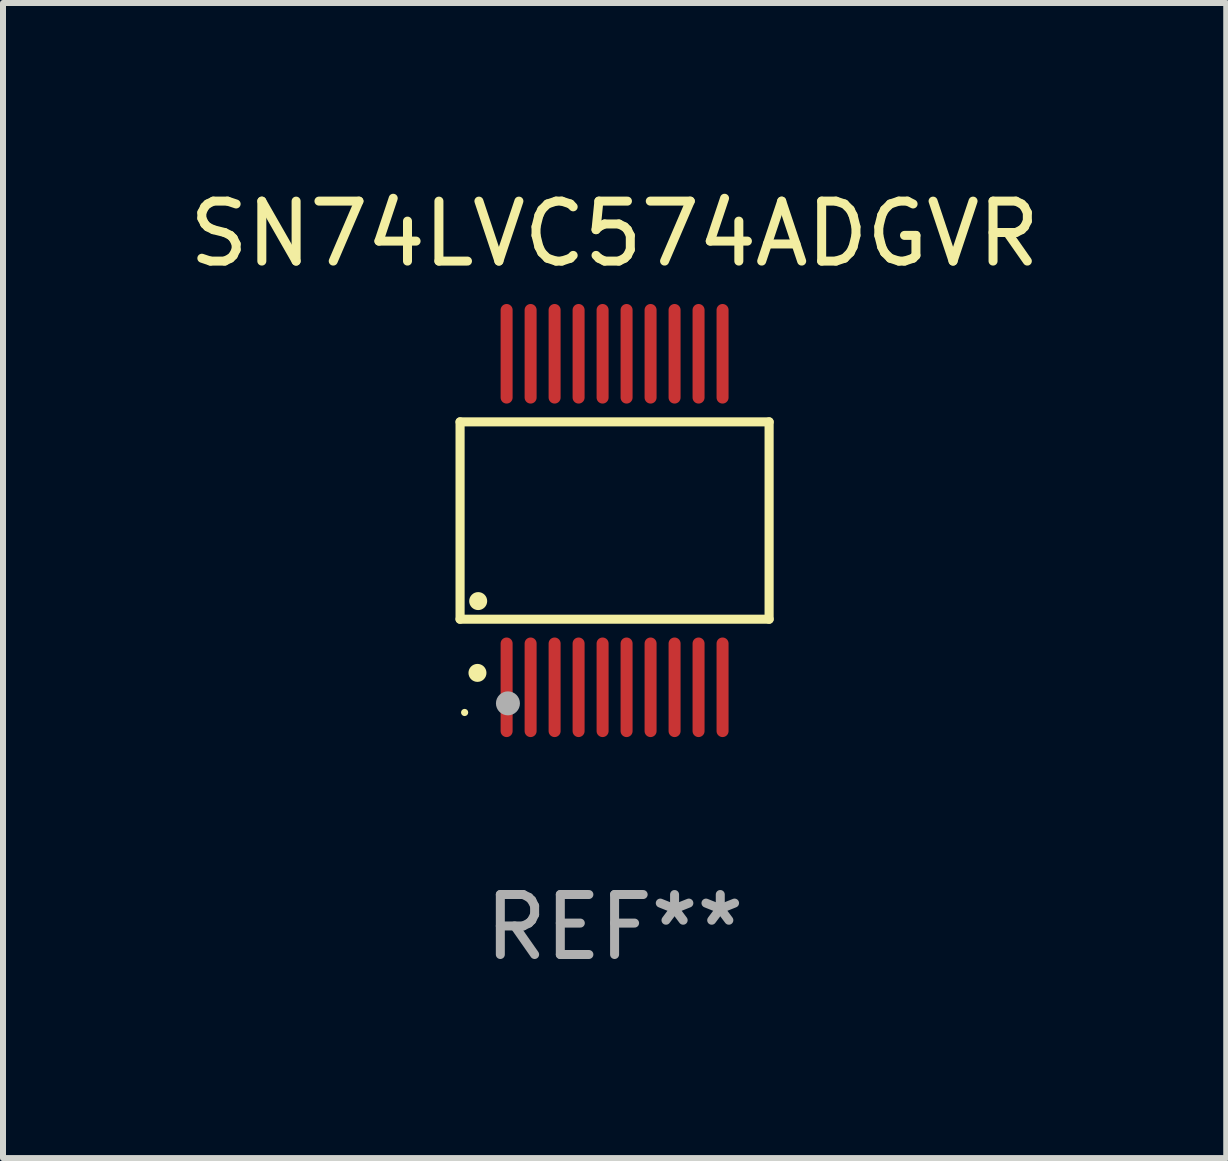
<source format=kicad_pcb>
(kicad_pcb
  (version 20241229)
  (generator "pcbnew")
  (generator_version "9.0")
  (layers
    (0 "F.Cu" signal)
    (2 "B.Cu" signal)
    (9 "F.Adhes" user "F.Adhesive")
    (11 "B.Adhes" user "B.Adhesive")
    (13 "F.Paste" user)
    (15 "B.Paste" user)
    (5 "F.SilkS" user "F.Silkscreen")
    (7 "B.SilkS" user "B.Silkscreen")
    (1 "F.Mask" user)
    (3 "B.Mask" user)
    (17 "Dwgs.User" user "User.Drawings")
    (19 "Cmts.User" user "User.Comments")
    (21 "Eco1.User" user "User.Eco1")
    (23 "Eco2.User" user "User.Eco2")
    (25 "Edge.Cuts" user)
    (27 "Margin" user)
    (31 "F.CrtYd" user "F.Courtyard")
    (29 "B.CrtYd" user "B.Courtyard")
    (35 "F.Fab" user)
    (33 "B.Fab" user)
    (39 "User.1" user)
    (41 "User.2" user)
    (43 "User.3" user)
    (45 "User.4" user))
  (footprint "SN74LVC574ADGVR"
    (layer "F.Cu")
    (at 7.196 5.628)
    (property "Reference" "SN74LVC574ADGVR" (at 0 -4.78 0) (layer "F.SilkS") (effects (font (size 1 1) (thickness 0.15))))
    (attr through_hole)
    (fp_line (start -2.576 -1.645) (end 2.576 -1.645) (stroke (width 0.152) (type solid)) (layer "F.SilkS"))
    (fp_line (start -2.576 1.645) (end -2.576 -1.645) (stroke (width 0.152) (type solid)) (layer "F.SilkS"))
    (fp_line (start 2.576 -1.645) (end 2.576 1.645) (stroke (width 0.152) (type solid)) (layer "F.SilkS"))
    (fp_line (start 2.576 1.645) (end -2.576 1.645) (stroke (width 0.152) (type solid)) (layer "F.SilkS"))
    (fp_circle (center -2.5 3.2) (end -2.47 3.2) (stroke (width 0.06) (type solid)) (fill no) (layer "F.SilkS"))
    (fp_circle (center -2.286 2.54) (end -2.211 2.54) (stroke (width 0.15) (type solid)) (fill no) (layer "F.SilkS"))
    (fp_circle (center -2.274 1.343) (end -2.199 1.343) (stroke (width 0.15) (type solid)) (fill no) (layer "F.SilkS"))
    (fp_circle (center -1.778 3.048) (end -1.678 3.048) (stroke (width 0.2) (type solid)) (fill no) (layer "F.Fab"))
    (fp_text user "REF**" (at 0 6.78 0) (layer "F.Fab") (effects (font (size 1 1) (thickness 0.15))))
    (pad "1" smd oval (at -1.8 2.78) (size 0.2 1.66) (layers "F.Cu" "F.Mask" "F.Paste"))
    (pad "2" smd oval (at -1.4 2.78) (size 0.2 1.66) (layers "F.Cu" "F.Mask" "F.Paste"))
    (pad "3" smd oval (at -1 2.78) (size 0.2 1.66) (layers "F.Cu" "F.Mask" "F.Paste"))
    (pad "4" smd oval (at -0.6 2.78) (size 0.2 1.66) (layers "F.Cu" "F.Mask" "F.Paste"))
    (pad "5" smd oval (at -0.2 2.78) (size 0.2 1.66) (layers "F.Cu" "F.Mask" "F.Paste"))
    (pad "6" smd oval (at 0.2 2.78) (size 0.2 1.66) (layers "F.Cu" "F.Mask" "F.Paste"))
    (pad "7" smd oval (at 0.6 2.78) (size 0.2 1.66) (layers "F.Cu" "F.Mask" "F.Paste"))
    (pad "8" smd oval (at 1 2.78) (size 0.2 1.66) (layers "F.Cu" "F.Mask" "F.Paste"))
    (pad "9" smd oval (at 1.4 2.78) (size 0.2 1.66) (layers "F.Cu" "F.Mask" "F.Paste"))
    (pad "10" smd oval (at 1.8 2.78) (size 0.2 1.66) (layers "F.Cu" "F.Mask" "F.Paste"))
    (pad "11" smd oval (at 1.8 -2.78) (size 0.2 1.66) (layers "F.Cu" "F.Mask" "F.Paste"))
    (pad "12" smd oval (at 1.4 -2.78) (size 0.2 1.66) (layers "F.Cu" "F.Mask" "F.Paste"))
    (pad "13" smd oval (at 1 -2.78) (size 0.2 1.66) (layers "F.Cu" "F.Mask" "F.Paste"))
    (pad "14" smd oval (at 0.6 -2.78) (size 0.2 1.66) (layers "F.Cu" "F.Mask" "F.Paste"))
    (pad "15" smd oval (at 0.2 -2.78) (size 0.2 1.66) (layers "F.Cu" "F.Mask" "F.Paste"))
    (pad "16" smd oval (at -0.2 -2.78) (size 0.2 1.66) (layers "F.Cu" "F.Mask" "F.Paste"))
    (pad "17" smd oval (at -0.6 -2.78) (size 0.2 1.66) (layers "F.Cu" "F.Mask" "F.Paste"))
    (pad "18" smd oval (at -1 -2.78) (size 0.2 1.66) (layers "F.Cu" "F.Mask" "F.Paste"))
    (pad "19" smd oval (at -1.4 -2.78) (size 0.2 1.66) (layers "F.Cu" "F.Mask" "F.Paste"))
    (pad "20" smd oval (at -1.8 -2.78) (size 0.2 1.66) (layers "F.Cu" "F.Mask" "F.Paste")))
  (gr_rect
    (start -3 -3)
    (end 17.393 16.257)
    (stroke (width 0.1) (type default))
    (fill no)
    (layer "Edge.Cuts")))
</source>
